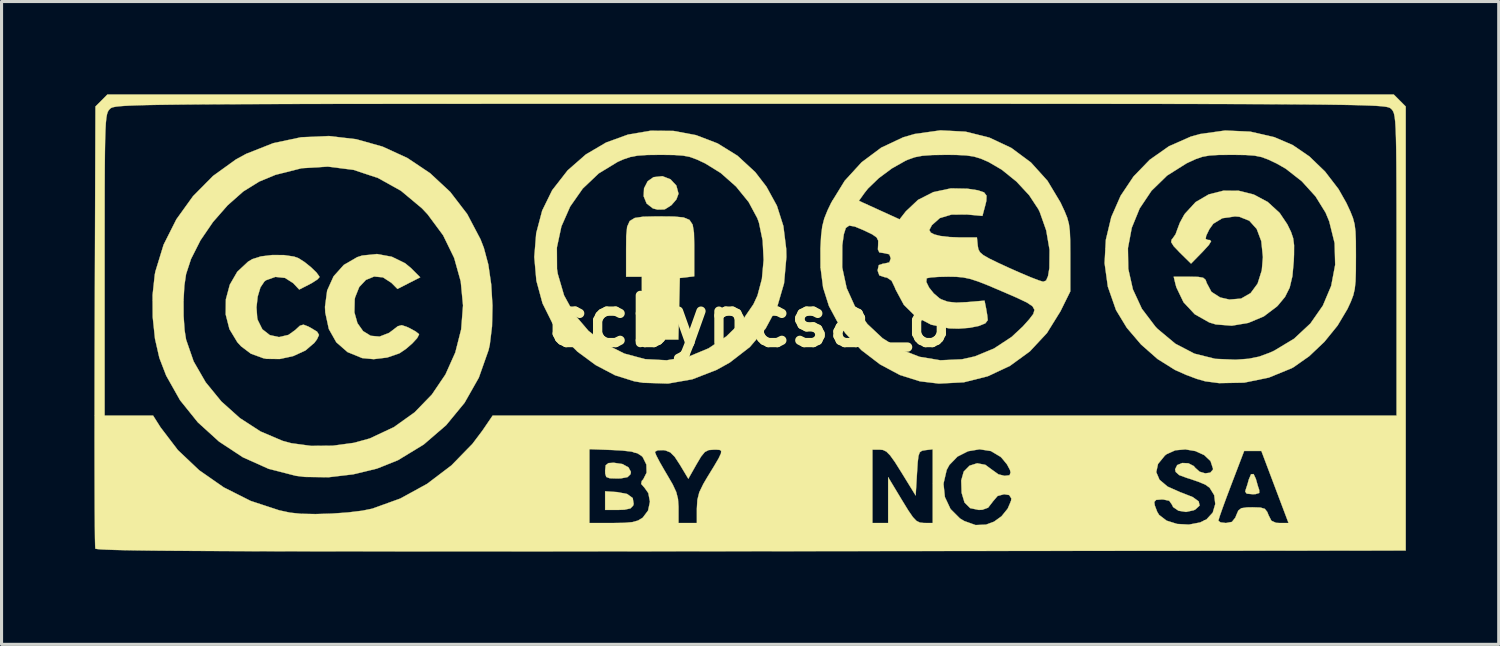
<source format=kicad_pcb>
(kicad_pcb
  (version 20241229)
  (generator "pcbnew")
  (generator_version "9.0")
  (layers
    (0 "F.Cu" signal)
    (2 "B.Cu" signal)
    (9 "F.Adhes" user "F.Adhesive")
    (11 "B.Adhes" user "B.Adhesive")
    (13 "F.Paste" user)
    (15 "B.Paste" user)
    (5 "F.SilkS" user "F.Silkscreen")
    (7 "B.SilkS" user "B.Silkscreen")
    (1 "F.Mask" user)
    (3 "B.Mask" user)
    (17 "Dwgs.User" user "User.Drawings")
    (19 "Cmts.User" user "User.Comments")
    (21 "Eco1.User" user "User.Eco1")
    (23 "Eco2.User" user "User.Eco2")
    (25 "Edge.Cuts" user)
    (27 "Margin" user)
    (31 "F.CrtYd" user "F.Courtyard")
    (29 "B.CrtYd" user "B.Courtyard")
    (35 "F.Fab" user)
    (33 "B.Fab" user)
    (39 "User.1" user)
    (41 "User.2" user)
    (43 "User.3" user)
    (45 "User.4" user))
  (footprint "ccbyncsa_o"
    (layer "F.Cu")
    (at 21.158 7.329)
    (property "Reference" "ccbyncsa_o" (at 0 0 0) (layer "F.SilkS") (effects (font (size 1.524 1.524) (thickness 0.3))))
    (attr through_hole)
    (fp_poly (pts (xy -4.263 5.52) (xy -3.944 5.582) (xy -3.765 5.713) (xy -3.735 5.902) (xy -3.752 5.957) (xy -3.839 6.047) (xy -4.034 6.089) (xy -4.231 6.096) (xy -4.657 6.096) (xy -4.657 5.494) (xy -4.263 5.52)) (stroke (width 0.01) (type solid)) (fill yes) (layer "F.SilkS"))
    (fp_poly (pts (xy -4.1 4.613) (xy -3.904 4.72) (xy -3.824 4.867) (xy -3.836 4.941) (xy -3.933 5.036) (xy -4.148 5.077) (xy -4.273 5.08) (xy -4.508 5.073) (xy -4.62 5.031) (xy -4.654 4.924) (xy -4.657 4.826) (xy -4.639 4.652) (xy -4.55 4.583) (xy -4.377 4.572) (xy -4.1 4.613)) (stroke (width 0.01) (type solid)) (fill yes) (layer "F.SilkS"))
    (fp_poly (pts (xy 16.37 5.1) (xy 16.373 5.114) (xy 16.435 5.332) (xy 16.476 5.453) (xy 16.477 5.548) (xy 16.358 5.585) (xy 16.256 5.588) (xy 16.072 5.57) (xy 16.023 5.504) (xy 16.036 5.453) (xy 16.098 5.263) (xy 16.139 5.114) (xy 16.212 4.942) (xy 16.295 4.938) (xy 16.37 5.1)) (stroke (width 0.01) (type solid)) (fill yes) (layer "F.SilkS"))
    (fp_poly (pts (xy -2.545 -4.586) (xy -2.356 -4.384) (xy -2.286 -4.121) (xy -2.354 -3.937) (xy -2.517 -3.749) (xy -2.716 -3.623) (xy -2.752 -3.612) (xy -2.965 -3.608) (xy -3.113 -3.645) (xy -3.316 -3.803) (xy -3.412 -4.038) (xy -3.4 -4.295) (xy -3.283 -4.523) (xy -3.092 -4.656) (xy -2.806 -4.687) (xy -2.545 -4.586)) (stroke (width 0.01) (type solid)) (fill yes) (layer "F.SilkS"))
    (fp_poly (pts (xy -2.43 -3.383) (xy -2.124 -3.354) (xy -1.932 -3.275) (xy -1.829 -3.119) (xy -1.787 -2.86) (xy -1.778 -2.472) (xy -1.778 -2.331) (xy -1.778 -1.451) (xy -2.011 -1.424) (xy -2.244 -1.397) (xy -2.291 0.593) (xy -3.471 0.593) (xy -3.471 -1.439) (xy -3.979 -1.439) (xy -3.979 -2.325) (xy -3.975 -2.758) (xy -3.946 -3.053) (xy -3.863 -3.238) (xy -3.701 -3.337) (xy -3.431 -3.378) (xy -3.028 -3.387) (xy -2.879 -3.387) (xy -2.43 -3.383)) (stroke (width 0.01) (type solid)) (fill yes) (layer "F.SilkS"))
    (fp_poly (pts (xy -11.549 -2.084) (xy -11.118 -1.873) (xy -10.927 -1.715) (xy -10.631 -1.419) (xy -10.999 -1.232) (xy -11.366 -1.044) (xy -11.563 -1.242) (xy -11.836 -1.418) (xy -12.12 -1.445) (xy -12.386 -1.336) (xy -12.602 -1.106) (xy -12.736 -0.77) (xy -12.748 -0.706) (xy -12.758 -0.288) (xy -12.66 0.06) (xy -12.477 0.319) (xy -12.231 0.47) (xy -11.944 0.495) (xy -11.638 0.376) (xy -11.528 0.294) (xy -11.356 0.161) (xy -11.228 0.127) (xy -11.063 0.182) (xy -10.971 0.225) (xy -10.779 0.33) (xy -10.675 0.412) (xy -10.668 0.427) (xy -10.73 0.545) (xy -10.885 0.714) (xy -11.086 0.889) (xy -11.286 1.026) (xy -11.313 1.04) (xy -11.698 1.172) (xy -12.134 1.225) (xy -12.507 1.19) (xy -12.981 0.996) (xy -13.342 0.68) (xy -13.584 0.251) (xy -13.699 -0.281) (xy -13.708 -0.466) (xy -13.638 -0.992) (xy -13.43 -1.452) (xy -13.101 -1.819) (xy -12.669 -2.07) (xy -12.506 -2.123) (xy -12.031 -2.172) (xy -11.549 -2.084)) (stroke (width 0.01) (type solid)) (fill yes) (layer "F.SilkS"))
    (fp_poly (pts (xy -15.036 -2.138) (xy -14.707 -2.089) (xy -14.563 -2.037) (xy -14.366 -1.911) (xy -14.157 -1.742) (xy -13.983 -1.574) (xy -13.891 -1.447) (xy -13.885 -1.425) (xy -13.954 -1.349) (xy -14.126 -1.238) (xy -14.213 -1.191) (xy -14.541 -1.024) (xy -14.736 -1.232) (xy -15 -1.4) (xy -15.31 -1.433) (xy -15.609 -1.327) (xy -15.665 -1.286) (xy -15.794 -1.094) (xy -15.883 -0.795) (xy -15.921 -0.449) (xy -15.898 -0.113) (xy -15.883 -0.045) (xy -15.733 0.258) (xy -15.49 0.448) (xy -15.194 0.512) (xy -14.889 0.441) (xy -14.671 0.285) (xy -14.518 0.144) (xy -14.403 0.11) (xy -14.246 0.171) (xy -14.167 0.214) (xy -13.964 0.336) (xy -13.901 0.442) (xy -13.966 0.583) (xy -14.052 0.698) (xy -14.339 0.944) (xy -14.731 1.124) (xy -15.169 1.22) (xy -15.596 1.215) (xy -15.706 1.193) (xy -16.104 1.047) (xy -16.419 0.809) (xy -16.54 0.677) (xy -16.795 0.254) (xy -16.916 -0.22) (xy -16.91 -0.71) (xy -16.783 -1.182) (xy -16.542 -1.599) (xy -16.193 -1.925) (xy -16.055 -2.007) (xy -15.779 -2.095) (xy -15.416 -2.139) (xy -15.036 -2.138)) (stroke (width 0.01) (type solid)) (fill yes) (layer "F.SilkS"))
    (fp_poly (pts (xy 15.812 -4.216) (xy 16.299 -4.094) (xy 16.75 -3.854) (xy 17.136 -3.5) (xy 17.383 -3.133) (xy 17.503 -2.887) (xy 17.573 -2.681) (xy 17.602 -2.456) (xy 17.6 -2.152) (xy 17.592 -1.947) (xy 17.548 -1.458) (xy 17.46 -1.087) (xy 17.309 -0.786) (xy 17.077 -0.506) (xy 17.048 -0.477) (xy 16.623 -0.156) (xy 16.121 0.054) (xy 15.589 0.144) (xy 15.074 0.103) (xy 14.862 0.039) (xy 14.393 -0.226) (xy 14.031 -0.613) (xy 13.799 -1.096) (xy 13.769 -1.206) (xy 13.713 -1.439) (xy 14.221 -1.439) (xy 14.506 -1.433) (xy 14.665 -1.405) (xy 14.744 -1.337) (xy 14.78 -1.234) (xy 14.932 -0.949) (xy 15.216 -0.768) (xy 15.512 -0.701) (xy 15.89 -0.732) (xy 16.198 -0.909) (xy 16.424 -1.217) (xy 16.559 -1.645) (xy 16.595 -2.074) (xy 16.543 -2.587) (xy 16.395 -2.981) (xy 16.155 -3.248) (xy 15.832 -3.376) (xy 15.692 -3.387) (xy 15.283 -3.328) (xy 14.991 -3.15) (xy 14.863 -2.971) (xy 14.762 -2.761) (xy 14.746 -2.659) (xy 14.817 -2.627) (xy 14.877 -2.625) (xy 14.922 -2.586) (xy 14.847 -2.462) (xy 14.647 -2.244) (xy 14.273 -1.862) (xy 13.913 -2.215) (xy 13.714 -2.424) (xy 13.631 -2.556) (xy 13.646 -2.64) (xy 13.667 -2.66) (xy 13.773 -2.81) (xy 13.83 -2.968) (xy 13.911 -3.182) (xy 14.046 -3.43) (xy 14.075 -3.474) (xy 14.421 -3.85) (xy 14.845 -4.098) (xy 15.318 -4.218) (xy 15.812 -4.216)) (stroke (width 0.01) (type solid)) (fill yes) (layer "F.SilkS"))
    (fp_poly (pts (xy -2.449 -6.149) (xy -1.721 -6.013) (xy -1.024 -5.746) (xy -0.38 -5.347) (xy 0.194 -4.817) (xy 0.554 -4.349) (xy 0.893 -3.731) (xy 1.102 -3.075) (xy 1.193 -2.341) (xy 1.199 -2.073) (xy 1.124 -1.227) (xy 0.899 -0.455) (xy 0.528 0.235) (xy 0.018 0.833) (xy -0.628 1.333) (xy -1.054 1.57) (xy -1.84 1.875) (xy -2.624 2.013) (xy -3.425 1.988) (xy -3.716 1.94) (xy -4.337 1.745) (xy -4.962 1.416) (xy -5.55 0.983) (xy -6.059 0.475) (xy -6.351 0.083) (xy -6.679 -0.577) (xy -6.878 -1.309) (xy -6.946 -2.076) (xy -6.921 -2.382) (xy -6.216 -2.382) (xy -6.212 -1.689) (xy -6.188 -1.533) (xy -5.984 -0.836) (xy -5.645 -0.217) (xy -5.194 0.312) (xy -4.65 0.737) (xy -4.034 1.045) (xy -3.367 1.224) (xy -2.669 1.261) (xy -1.962 1.141) (xy -1.942 1.136) (xy -1.315 0.875) (xy -0.737 0.487) (xy -0.243 0.002) (xy 0.135 -0.549) (xy 0.265 -0.83) (xy 0.408 -1.368) (xy 0.464 -1.983) (xy 0.432 -2.61) (xy 0.314 -3.179) (xy 0.262 -3.326) (xy -0.02 -3.851) (xy -0.429 -4.354) (xy -0.924 -4.791) (xy -1.424 -5.1) (xy -1.691 -5.225) (xy -1.911 -5.306) (xy -2.137 -5.351) (xy -2.42 -5.371) (xy -2.813 -5.376) (xy -2.877 -5.376) (xy -3.3 -5.372) (xy -3.606 -5.351) (xy -3.844 -5.307) (xy -4.067 -5.231) (xy -4.256 -5.147) (xy -4.866 -4.775) (xy -5.381 -4.286) (xy -5.787 -3.706) (xy -6.07 -3.063) (xy -6.216 -2.382) (xy -6.921 -2.382) (xy -6.884 -2.843) (xy -6.691 -3.574) (xy -6.368 -4.233) (xy -6.368 -4.233) (xy -5.867 -4.876) (xy -5.279 -5.39) (xy -4.624 -5.775) (xy -3.92 -6.03) (xy -3.188 -6.155) (xy -2.449 -6.149)) (stroke (width 0.01) (type solid)) (fill yes) (layer "F.SilkS"))
    (fp_poly (pts (xy -12.699 -5.881) (xy -11.848 -5.642) (xy -11.046 -5.274) (xy -10.312 -4.783) (xy -9.662 -4.178) (xy -9.113 -3.463) (xy -8.683 -2.647) (xy -8.575 -2.369) (xy -8.431 -1.831) (xy -8.338 -1.189) (xy -8.297 -0.505) (xy -8.311 0.162) (xy -8.383 0.753) (xy -8.423 0.931) (xy -8.737 1.821) (xy -9.198 2.634) (xy -9.795 3.359) (xy -10.519 3.983) (xy -11.352 4.49) (xy -12.028 4.76) (xy -12.796 4.946) (xy -13.592 5.04) (xy -14.356 5.03) (xy -14.647 4.994) (xy -15.527 4.769) (xy -16.363 4.394) (xy -17.132 3.887) (xy -17.815 3.267) (xy -18.391 2.551) (xy -18.839 1.756) (xy -19.059 1.185) (xy -19.2 0.568) (xy -19.274 -0.135) (xy -19.277 -0.673) (xy -18.278 -0.673) (xy -18.276 -0.171) (xy -18.244 0.291) (xy -18.196 0.593) (xy -17.952 1.298) (xy -17.563 1.972) (xy -17.057 2.591) (xy -16.457 3.129) (xy -15.789 3.562) (xy -15.079 3.864) (xy -14.794 3.941) (xy -14.156 4.027) (xy -13.457 4.021) (xy -12.771 3.928) (xy -12.264 3.788) (xy -11.483 3.422) (xy -10.812 2.943) (xy -10.255 2.369) (xy -9.815 1.719) (xy -9.498 1.01) (xy -9.308 0.261) (xy -9.248 -0.51) (xy -9.322 -1.286) (xy -9.535 -2.047) (xy -9.891 -2.777) (xy -10.393 -3.455) (xy -10.577 -3.65) (xy -11.253 -4.215) (xy -11.996 -4.629) (xy -12.788 -4.891) (xy -13.616 -4.996) (xy -14.461 -4.944) (xy -15.309 -4.73) (xy -15.833 -4.513) (xy -16.347 -4.194) (xy -16.855 -3.745) (xy -17.327 -3.206) (xy -17.731 -2.615) (xy -18.037 -2.01) (xy -18.196 -1.524) (xy -18.252 -1.148) (xy -18.278 -0.673) (xy -19.277 -0.673) (xy -19.278 -0.851) (xy -19.207 -1.507) (xy -19.187 -1.609) (xy -18.922 -2.474) (xy -18.509 -3.294) (xy -17.97 -4.043) (xy -17.323 -4.696) (xy -16.588 -5.226) (xy -16.255 -5.408) (xy -15.378 -5.754) (xy -14.481 -5.944) (xy -13.583 -5.984) (xy -12.699 -5.881)) (stroke (width 0.01) (type solid)) (fill yes) (layer "F.SilkS"))
    (fp_poly (pts (xy 16.186 -6.126) (xy 16.962 -5.948) (xy 17.559 -5.692) (xy 18.096 -5.325) (xy 18.603 -4.836) (xy 19.038 -4.27) (xy 19.291 -3.823) (xy 19.417 -3.553) (xy 19.503 -3.339) (xy 19.557 -3.137) (xy 19.586 -2.903) (xy 19.598 -2.595) (xy 19.6 -2.168) (xy 19.6 -2.074) (xy 19.598 -1.618) (xy 19.588 -1.288) (xy 19.562 -1.044) (xy 19.515 -0.841) (xy 19.438 -0.637) (xy 19.327 -0.397) (xy 19.008 0.139) (xy 18.581 0.665) (xy 18.091 1.129) (xy 17.586 1.484) (xy 17.523 1.519) (xy 16.784 1.821) (xy 15.988 1.984) (xy 15.18 1.999) (xy 14.732 1.94) (xy 14.465 1.864) (xy 14.12 1.735) (xy 13.769 1.579) (xy 13.747 1.568) (xy 13.191 1.22) (xy 12.659 0.752) (xy 12.198 0.212) (xy 11.855 -0.352) (xy 11.844 -0.376) (xy 11.585 -1.118) (xy 11.48 -1.877) (xy 11.506 -2.362) (xy 12.234 -2.362) (xy 12.245 -1.692) (xy 12.394 -1.031) (xy 12.685 -0.402) (xy 13.122 0.174) (xy 13.191 0.246) (xy 13.768 0.727) (xy 14.383 1.047) (xy 15.057 1.215) (xy 15.71 1.243) (xy 16.133 1.212) (xy 16.473 1.143) (xy 16.817 1.016) (xy 16.96 0.951) (xy 17.603 0.564) (xy 18.129 0.073) (xy 18.531 -0.503) (xy 18.801 -1.142) (xy 18.93 -1.823) (xy 18.912 -2.524) (xy 18.738 -3.226) (xy 18.621 -3.508) (xy 18.296 -4.033) (xy 17.851 -4.523) (xy 17.332 -4.929) (xy 17.034 -5.099) (xy 16.767 -5.225) (xy 16.547 -5.306) (xy 16.322 -5.351) (xy 16.04 -5.371) (xy 15.648 -5.376) (xy 15.579 -5.376) (xy 15.166 -5.373) (xy 14.871 -5.355) (xy 14.641 -5.314) (xy 14.424 -5.239) (xy 14.167 -5.121) (xy 14.123 -5.099) (xy 13.499 -4.706) (xy 12.994 -4.214) (xy 12.613 -3.645) (xy 12.358 -3.02) (xy 12.234 -2.362) (xy 11.506 -2.362) (xy 11.521 -2.633) (xy 11.696 -3.365) (xy 11.998 -4.053) (xy 12.415 -4.677) (xy 12.938 -5.217) (xy 13.558 -5.653) (xy 14.265 -5.965) (xy 14.57 -6.05) (xy 15.376 -6.162) (xy 16.186 -6.126)) (stroke (width 0.01) (type solid)) (fill yes) (layer "F.SilkS"))
    (fp_poly (pts (xy 6.989 -6.125) (xy 7.757 -5.933) (xy 8.466 -5.6) (xy 9.098 -5.132) (xy 9.635 -4.538) (xy 10.054 -3.84) (xy 10.183 -3.565) (xy 10.272 -3.347) (xy 10.327 -3.145) (xy 10.357 -2.913) (xy 10.369 -2.61) (xy 10.372 -2.191) (xy 10.372 -2.07) (xy 10.372 -0.965) (xy 10.054 -0.322) (xy 9.617 0.382) (xy 9.066 0.973) (xy 8.422 1.442) (xy 7.704 1.778) (xy 6.933 1.972) (xy 6.127 2.014) (xy 5.513 1.94) (xy 4.865 1.736) (xy 4.223 1.392) (xy 3.625 0.935) (xy 3.109 0.391) (xy 2.873 0.066) (xy 2.574 -0.492) (xy 2.386 -1.084) (xy 2.302 -1.741) (xy 3.002 -1.741) (xy 3.147 -1.07) (xy 3.425 -0.455) (xy 3.817 0.09) (xy 4.305 0.548) (xy 4.873 0.906) (xy 5.501 1.149) (xy 6.173 1.261) (xy 6.871 1.229) (xy 7.287 1.136) (xy 7.904 0.882) (xy 8.474 0.508) (xy 8.836 0.171) (xy 9.045 -0.062) (xy 9.176 -0.234) (xy 9.215 -0.367) (xy 9.152 -0.483) (xy 8.972 -0.604) (xy 8.665 -0.75) (xy 8.217 -0.945) (xy 8.186 -0.958) (xy 7.734 -1.151) (xy 7.396 -1.284) (xy 7.134 -1.369) (xy 6.908 -1.416) (xy 6.679 -1.436) (xy 6.428 -1.44) (xy 6.113 -1.433) (xy 5.869 -1.416) (xy 5.74 -1.391) (xy 5.732 -1.386) (xy 5.721 -1.269) (xy 5.808 -1.091) (xy 5.959 -0.901) (xy 6.142 -0.744) (xy 6.199 -0.71) (xy 6.417 -0.63) (xy 6.689 -0.602) (xy 7.035 -0.618) (xy 7.601 -0.666) (xy 7.653 -0.407) (xy 7.69 -0.186) (xy 7.705 -0.035) (xy 7.627 0.067) (xy 7.418 0.152) (xy 7.118 0.212) (xy 6.764 0.239) (xy 6.459 0.231) (xy 5.874 0.11) (xy 5.382 -0.147) (xy 4.994 -0.531) (xy 4.724 -1.033) (xy 4.706 -1.084) (xy 4.599 -1.308) (xy 4.453 -1.408) (xy 4.374 -1.424) (xy 4.202 -1.482) (xy 4.149 -1.629) (xy 4.149 -1.657) (xy 4.185 -1.814) (xy 4.326 -1.862) (xy 4.36 -1.863) (xy 4.526 -1.902) (xy 4.572 -2.032) (xy 4.524 -2.163) (xy 4.356 -2.201) (xy 4.354 -2.201) (xy 4.203 -2.223) (xy 4.156 -2.321) (xy 4.163 -2.459) (xy 4.166 -2.605) (xy 4.114 -2.709) (xy 3.974 -2.807) (xy 3.713 -2.933) (xy 3.697 -2.94) (xy 3.412 -3.059) (xy 3.229 -3.091) (xy 3.12 -3.015) (xy 3.055 -2.811) (xy 3.006 -2.459) (xy 3.005 -2.453) (xy 3.002 -1.741) (xy 2.302 -1.741) (xy 2.301 -1.75) (xy 2.299 -2.35) (xy 2.321 -2.761) (xy 2.358 -3.064) (xy 2.423 -3.319) (xy 2.531 -3.587) (xy 2.65 -3.834) (xy 2.685 -3.891) (xy 3.542 -3.891) (xy 4.857 -3.292) (xy 5.059 -3.551) (xy 5.453 -3.922) (xy 5.948 -4.173) (xy 6.514 -4.293) (xy 7.05 -4.282) (xy 7.389 -4.23) (xy 7.585 -4.164) (xy 7.666 -4.057) (xy 7.659 -3.885) (xy 7.625 -3.746) (xy 7.533 -3.403) (xy 7.029 -3.449) (xy 6.531 -3.445) (xy 6.157 -3.333) (xy 5.905 -3.109) (xy 5.894 -3.093) (xy 5.817 -2.947) (xy 5.865 -2.863) (xy 5.978 -2.805) (xy 6.17 -2.756) (xy 6.465 -2.721) (xy 6.772 -2.709) (xy 7.355 -2.709) (xy 7.382 -2.441) (xy 7.402 -2.326) (xy 7.453 -2.231) (xy 7.561 -2.137) (xy 7.752 -2.027) (xy 8.052 -1.881) (xy 8.382 -1.729) (xy 8.765 -1.559) (xy 9.1 -1.418) (xy 9.355 -1.32) (xy 9.493 -1.278) (xy 9.498 -1.278) (xy 9.59 -1.314) (xy 9.652 -1.457) (xy 9.696 -1.718) (xy 9.702 -2.307) (xy 9.594 -2.935) (xy 9.385 -3.529) (xy 9.34 -3.621) (xy 9.043 -4.072) (xy 8.632 -4.514) (xy 8.157 -4.897) (xy 7.726 -5.148) (xy 7.481 -5.254) (xy 7.258 -5.321) (xy 7.007 -5.358) (xy 6.676 -5.374) (xy 6.35 -5.376) (xy 5.913 -5.37) (xy 5.596 -5.347) (xy 5.35 -5.3) (xy 5.127 -5.221) (xy 5.044 -5.184) (xy 4.609 -4.939) (xy 4.187 -4.626) (xy 3.839 -4.291) (xy 3.723 -4.145) (xy 3.542 -3.891) (xy 2.685 -3.891) (xy 3.084 -4.539) (xy 3.629 -5.135) (xy 4.264 -5.609) (xy 4.972 -5.942) (xy 5.341 -6.05) (xy 6.177 -6.167) (xy 6.989 -6.125)) (stroke (width 0.01) (type solid)) (fill yes) (layer "F.SilkS"))
    (fp_poly (pts (xy 21.209 -6.938) (xy 21.209 7.408) (xy 0.061 7.43) (xy -2.245 7.432) (xy -4.388 7.434) (xy -6.372 7.435) (xy -8.203 7.436) (xy -9.886 7.436) (xy -11.426 7.435) (xy -12.83 7.434) (xy -14.102 7.433) (xy -15.248 7.431) (xy -16.273 7.428) (xy -17.183 7.424) (xy -17.983 7.42) (xy -18.678 7.415) (xy -19.274 7.41) (xy -19.777 7.403) (xy -20.191 7.396) (xy -20.522 7.388) (xy -20.775 7.379) (xy -20.956 7.37) (xy -21.07 7.359) (xy -21.123 7.348) (xy -21.128 7.344) (xy -21.134 7.244) (xy -21.14 6.989) (xy -21.144 6.589) (xy -21.144 6.519) (xy -5.165 6.519) (xy -4.414 6.519) (xy -4.031 6.513) (xy -3.772 6.489) (xy -3.595 6.439) (xy -3.456 6.356) (xy -3.44 6.344) (xy -3.27 6.117) (xy -3.209 5.831) (xy -3.262 5.551) (xy -3.383 5.38) (xy -3.492 5.256) (xy -3.474 5.16) (xy -3.425 5.107) (xy -3.317 4.892) (xy -3.324 4.63) (xy -3.439 4.395) (xy -3.48 4.352) (xy -3.611 4.268) (xy -3.76 4.225) (xy -3.048 4.225) (xy -3.006 4.333) (xy -2.896 4.545) (xy -2.736 4.824) (xy -2.667 4.94) (xy -2.474 5.272) (xy -2.359 5.52) (xy -2.303 5.741) (xy -2.286 5.99) (xy -2.286 6.043) (xy -2.286 6.519) (xy -1.693 6.519) (xy -1.693 6.055) (xy -1.677 5.771) (xy -1.615 5.526) (xy -1.483 5.254) (xy -1.369 5.06) (xy -1.138 4.683) (xy -0.988 4.427) (xy -0.914 4.269) (xy -0.908 4.186) (xy -0.965 4.154) (xy -1.074 4.149) (xy 3.979 4.149) (xy 3.979 6.519) (xy 4.487 6.519) (xy 4.487 5.038) (xy 4.932 5.777) (xy 5.138 6.113) (xy 5.286 6.328) (xy 5.402 6.45) (xy 5.512 6.504) (xy 5.641 6.518) (xy 5.652 6.518) (xy 5.927 6.519) (xy 5.927 5.246) (xy 6.275 5.246) (xy 6.32 5.679) (xy 6.502 6.066) (xy 6.807 6.371) (xy 6.949 6.456) (xy 7.311 6.585) (xy 7.649 6.571) (xy 7.907 6.476) (xy 8.15 6.301) (xy 8.349 6.055) (xy 8.443 5.837) (xy 13.086 5.837) (xy 13.101 5.948) (xy 13.179 6.155) (xy 13.241 6.257) (xy 13.484 6.443) (xy 13.824 6.549) (xy 14.203 6.57) (xy 14.566 6.501) (xy 14.677 6.447) (xy 15.155 6.447) (xy 15.229 6.499) (xy 15.401 6.519) (xy 15.593 6.483) (xy 15.705 6.343) (xy 15.735 6.265) (xy 15.801 6.115) (xy 15.898 6.04) (xy 16.078 6.014) (xy 16.256 6.011) (xy 16.515 6.019) (xy 16.657 6.061) (xy 16.736 6.161) (xy 16.777 6.265) (xy 16.87 6.446) (xy 17.02 6.513) (xy 17.144 6.519) (xy 17.423 6.519) (xy 16.984 5.355) (xy 16.545 4.191) (xy 15.989 4.191) (xy 15.572 5.283) (xy 15.42 5.685) (xy 15.293 6.032) (xy 15.202 6.291) (xy 15.158 6.433) (xy 15.155 6.447) (xy 14.677 6.447) (xy 14.772 6.402) (xy 14.974 6.183) (xy 15.056 5.905) (xy 15.022 5.619) (xy 14.873 5.378) (xy 14.731 5.277) (xy 14.517 5.188) (xy 14.235 5.091) (xy 14.139 5.062) (xy 13.89 4.97) (xy 13.776 4.867) (xy 13.758 4.784) (xy 13.826 4.647) (xy 13.989 4.58) (xy 14.188 4.589) (xy 14.361 4.678) (xy 14.41 4.736) (xy 14.55 4.861) (xy 14.731 4.914) (xy 14.894 4.892) (xy 14.981 4.794) (xy 14.983 4.763) (xy 14.903 4.518) (xy 14.7 4.325) (xy 14.415 4.195) (xy 14.089 4.14) (xy 13.764 4.169) (xy 13.482 4.296) (xy 13.428 4.339) (xy 13.206 4.611) (xy 13.149 4.875) (xy 13.254 5.121) (xy 13.516 5.342) (xy 13.931 5.527) (xy 13.981 5.544) (xy 14.33 5.682) (xy 14.52 5.82) (xy 14.55 5.955) (xy 14.414 6.08) (xy 14.363 6.106) (xy 14.111 6.161) (xy 13.868 6.122) (xy 13.695 6.004) (xy 13.655 5.923) (xy 13.568 5.799) (xy 13.369 5.758) (xy 13.333 5.757) (xy 13.146 5.772) (xy 13.086 5.837) (xy 8.443 5.837) (xy 8.458 5.8) (xy 8.467 5.723) (xy 8.396 5.615) (xy 8.234 5.589) (xy 8.023 5.645) (xy 7.861 5.835) (xy 7.857 5.843) (xy 7.716 6.024) (xy 7.53 6.091) (xy 7.414 6.096) (xy 7.137 6.038) (xy 6.955 5.857) (xy 6.861 5.543) (xy 6.848 5.144) (xy 6.929 4.857) (xy 7.116 4.667) (xy 7.363 4.589) (xy 7.628 4.639) (xy 7.824 4.784) (xy 8.05 4.946) (xy 8.249 4.995) (xy 8.41 4.975) (xy 8.442 4.886) (xy 8.423 4.805) (xy 8.326 4.623) (xy 8.157 4.418) (xy 8.12 4.381) (xy 7.807 4.194) (xy 7.442 4.137) (xy 7.068 4.2) (xy 6.728 4.372) (xy 6.464 4.644) (xy 6.378 4.804) (xy 6.275 5.246) (xy 5.927 5.246) (xy 5.927 4.137) (xy 5.694 4.164) (xy 5.581 4.184) (xy 5.509 4.234) (xy 5.467 4.35) (xy 5.441 4.566) (xy 5.419 4.911) (xy 5.376 5.63) (xy 4.92 4.889) (xy 4.707 4.55) (xy 4.551 4.333) (xy 4.43 4.211) (xy 4.319 4.158) (xy 4.222 4.149) (xy 3.979 4.149) (xy -1.074 4.149) (xy -1.079 4.148) (xy -1.139 4.149) (xy -1.311 4.162) (xy -1.436 4.225) (xy -1.556 4.371) (xy -1.703 4.619) (xy -1.969 5.089) (xy -2.238 4.64) (xy -2.408 4.38) (xy -2.551 4.237) (xy -2.706 4.175) (xy -2.777 4.164) (xy -2.962 4.17) (xy -3.047 4.219) (xy -3.048 4.225) (xy -3.76 4.225) (xy -3.805 4.212) (xy -4.1 4.178) (xy -4.411 4.161) (xy -5.165 4.132) (xy -5.165 6.519) (xy -21.144 6.519) (xy -21.148 6.057) (xy -21.15 5.407) (xy -21.152 4.651) (xy -21.153 3.801) (xy -21.152 2.87) (xy -21.151 1.871) (xy -21.149 0.817) (xy -21.147 0.149) (xy -21.141 -1.82) (xy -20.828 -1.82) (xy -20.828 3.048) (xy -19.262 3.048) (xy -19.022 3.427) (xy -18.462 4.162) (xy -17.772 4.815) (xy -16.978 5.368) (xy -16.108 5.806) (xy -15.186 6.109) (xy -14.837 6.184) (xy -14.481 6.221) (xy -14.015 6.23) (xy -13.493 6.215) (xy -12.973 6.178) (xy -12.509 6.122) (xy -12.183 6.056) (xy -11.272 5.727) (xy -10.408 5.253) (xy -9.622 4.657) (xy -8.944 3.961) (xy -8.623 3.535) (xy -8.291 3.048) (xy 20.913 3.048) (xy 20.913 -1.82) (xy 20.913 -2.851) (xy 20.912 -3.725) (xy 20.91 -4.457) (xy 20.907 -5.059) (xy 20.902 -5.546) (xy 20.894 -5.93) (xy 20.884 -6.224) (xy 20.87 -6.443) (xy 20.852 -6.599) (xy 20.831 -6.706) (xy 20.804 -6.777) (xy 20.773 -6.826) (xy 20.743 -6.858) (xy 20.724 -6.876) (xy 20.698 -6.893) (xy 20.66 -6.908) (xy 20.604 -6.923) (xy 20.523 -6.936) (xy 20.411 -6.948) (xy 20.261 -6.959) (xy 20.067 -6.968) (xy 19.823 -6.977) (xy 19.523 -6.985) (xy 19.159 -6.992) (xy 18.727 -6.998) (xy 18.219 -7.004) (xy 17.629 -7.008) (xy 16.951 -7.013) (xy 16.179 -7.016) (xy 15.306 -7.019) (xy 14.325 -7.021) (xy 13.231 -7.023) (xy 12.018 -7.024) (xy 10.678 -7.025) (xy 9.206 -7.026) (xy 7.594 -7.027) (xy 5.838 -7.027) (xy 3.93 -7.027) (xy 1.865 -7.027) (xy 0.042 -7.027) (xy -2.158 -7.027) (xy -4.195 -7.027) (xy -6.075 -7.027) (xy -7.805 -7.027) (xy -9.392 -7.026) (xy -10.84 -7.025) (xy -12.157 -7.024) (xy -13.349 -7.023) (xy -14.422 -7.021) (xy -15.383 -7.018) (xy -16.238 -7.015) (xy -16.994 -7.012) (xy -17.655 -7.008) (xy -18.23 -7.003) (xy -18.724 -6.997) (xy -19.144 -6.991) (xy -19.496 -6.984) (xy -19.786 -6.976) (xy -20.02 -6.967) (xy -20.206 -6.957) (xy -20.348 -6.946) (xy -20.455 -6.934) (xy -20.531 -6.92) (xy -20.584 -6.906) (xy -20.619 -6.89) (xy -20.643 -6.873) (xy -20.659 -6.858) (xy -20.695 -6.818) (xy -20.725 -6.766) (xy -20.75 -6.69) (xy -20.771 -6.575) (xy -20.788 -6.409) (xy -20.801 -6.177) (xy -20.811 -5.868) (xy -20.818 -5.466) (xy -20.823 -4.96) (xy -20.826 -4.335) (xy -20.827 -3.579) (xy -20.828 -2.677) (xy -20.828 -1.82) (xy -21.141 -1.82) (xy -21.124 -6.938) (xy -20.931 -7.131) (xy -20.739 -7.324) (xy 20.823 -7.324) (xy 21.209 -6.938)) (stroke (width 0.01) (type solid)) (fill yes) (layer "F.SilkS")))
  (gr_rect
    (start -3 -3)
    (end 45.372 17.769)
    (stroke (width 0.1) (type default))
    (fill no)
    (layer "Edge.Cuts")))
</source>
